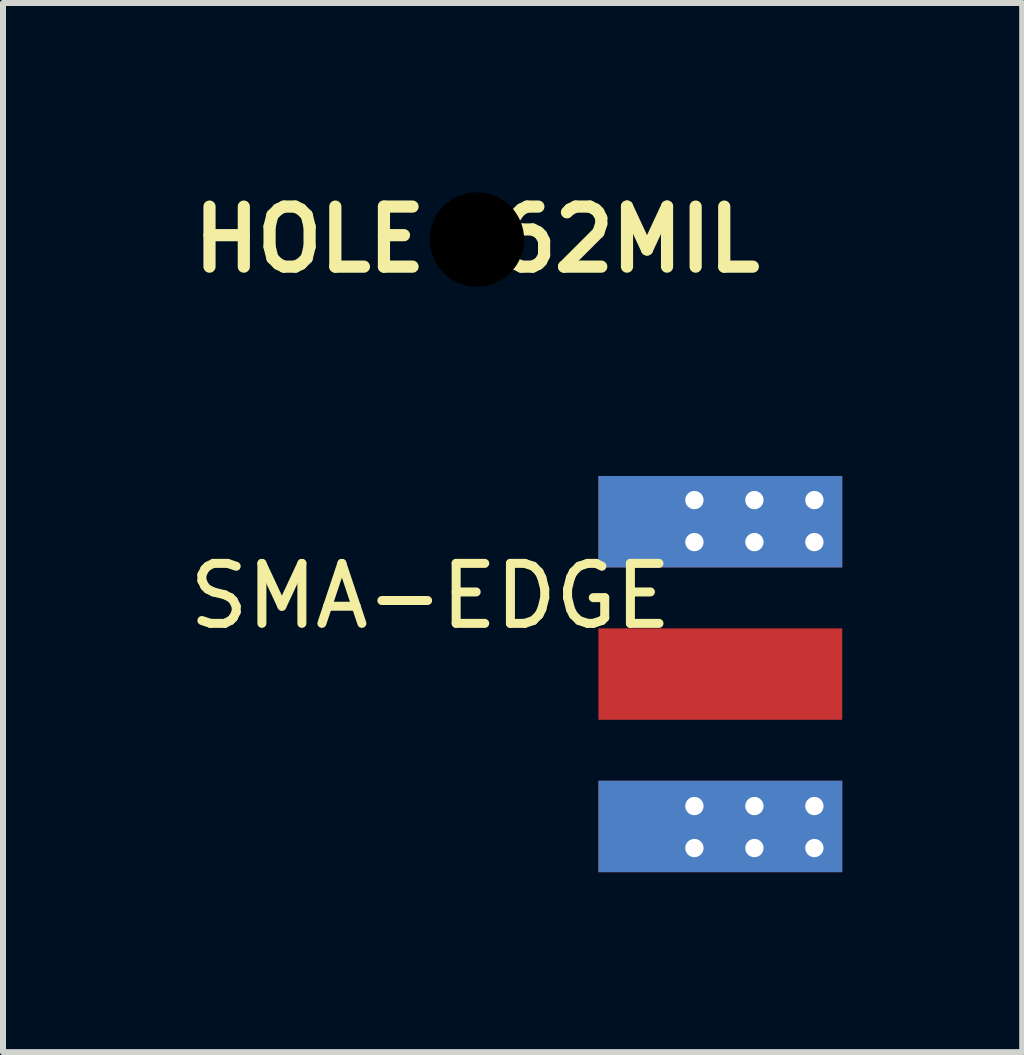
<source format=kicad_pcb>
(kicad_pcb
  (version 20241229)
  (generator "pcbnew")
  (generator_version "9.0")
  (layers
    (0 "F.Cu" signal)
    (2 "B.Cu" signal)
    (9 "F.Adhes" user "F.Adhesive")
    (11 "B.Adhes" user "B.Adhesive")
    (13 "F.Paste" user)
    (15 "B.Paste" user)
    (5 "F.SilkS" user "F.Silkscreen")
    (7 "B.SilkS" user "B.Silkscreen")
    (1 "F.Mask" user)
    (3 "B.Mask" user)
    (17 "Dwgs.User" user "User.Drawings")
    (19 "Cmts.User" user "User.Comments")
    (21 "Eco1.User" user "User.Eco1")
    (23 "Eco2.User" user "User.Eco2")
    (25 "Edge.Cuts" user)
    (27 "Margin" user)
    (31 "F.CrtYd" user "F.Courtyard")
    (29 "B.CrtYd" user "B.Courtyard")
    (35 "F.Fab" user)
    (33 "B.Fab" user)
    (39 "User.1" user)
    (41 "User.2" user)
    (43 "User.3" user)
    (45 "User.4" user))
  (footprint "SMA-EDGE"
    (layer "F.Cu")
    (at 6.925 8.186)
    (property "Reference" "SMA-EDGE" (at -2.8 -1.3 0) (unlocked yes) (layer "F.SilkS") (effects (font (size 1 1) (thickness 0.15))))
    (attr smd)
    (pad "1" smd rect (at 2.032 0) (size 4.064 1.524) (layers "F.Cu" "F.Mask"))
    (pad "2" thru_hole circle (at 1.6 -2.9) (size 0.762 0.762) (drill 0.305) (layers "*.Cu" "*.Mask"))
    (pad "2" thru_hole circle (at 1.6 -2.2) (size 0.762 0.762) (drill 0.305) (layers "*.Cu" "*.Mask"))
    (pad "2" thru_hole circle (at 1.6 2.2) (size 0.762 0.762) (drill 0.305) (layers "*.Cu" "*.Mask"))
    (pad "2" thru_hole circle (at 1.6 2.9) (size 0.762 0.762) (drill 0.305) (layers "*.Cu" "*.Mask"))
    (pad "2" smd rect (at 2.032 -2.54) (size 4.064 1.524) (layers "F.Cu" "F.Mask"))
    (pad "2" smd rect (at 2.032 -2.54) (size 4.064 1.524) (layers "B.Cu" "B.Mask"))
    (pad "2" smd rect (at 2.032 2.54) (size 4.064 1.524) (layers "F.Cu" "F.Mask"))
    (pad "2" smd rect (at 2.032 2.54) (size 4.064 1.524) (layers "B.Cu" "B.Mask"))
    (pad "2" thru_hole circle (at 2.6 -2.9) (size 0.762 0.762) (drill 0.305) (layers "*.Cu" "*.Mask"))
    (pad "2" thru_hole circle (at 2.6 -2.2) (size 0.762 0.762) (drill 0.305) (layers "*.Cu" "*.Mask"))
    (pad "2" thru_hole circle (at 2.6 2.2) (size 0.762 0.762) (drill 0.305) (layers "*.Cu" "*.Mask"))
    (pad "2" thru_hole circle (at 2.6 2.9) (size 0.762 0.762) (drill 0.305) (layers "*.Cu" "*.Mask"))
    (pad "2" thru_hole circle (at 3.6 -2.9) (size 0.762 0.762) (drill 0.305) (layers "*.Cu" "*.Mask"))
    (pad "2" thru_hole circle (at 3.6 -2.2) (size 0.762 0.762) (drill 0.305) (layers "*.Cu" "*.Mask"))
    (pad "2" thru_hole circle (at 3.6 2.2) (size 0.762 0.762) (drill 0.305) (layers "*.Cu" "*.Mask"))
    (pad "2" thru_hole circle (at 3.6 2.9) (size 0.762 0.762) (drill 0.305) (layers "*.Cu" "*.Mask")))
  (footprint "HOLE-62MIL"
    (layer "F.Cu")
    (at 4.899 0.942)
    (property "Reference" "HOLE-62MIL" (at 0 0 0) (layer "F.SilkS") (effects (font (size 1.001 1.001) (thickness 0.203))))
    (pad "" np_thru_hole circle (at 0 0) (size 1.575 1.575) (drill 1.575) (layers "*.Mask")))
  (gr_rect
    (start -3 -3)
    (end 13.989 14.488)
    (stroke (width 0.1) (type default))
    (fill no)
    (layer "Edge.Cuts")))
</source>
